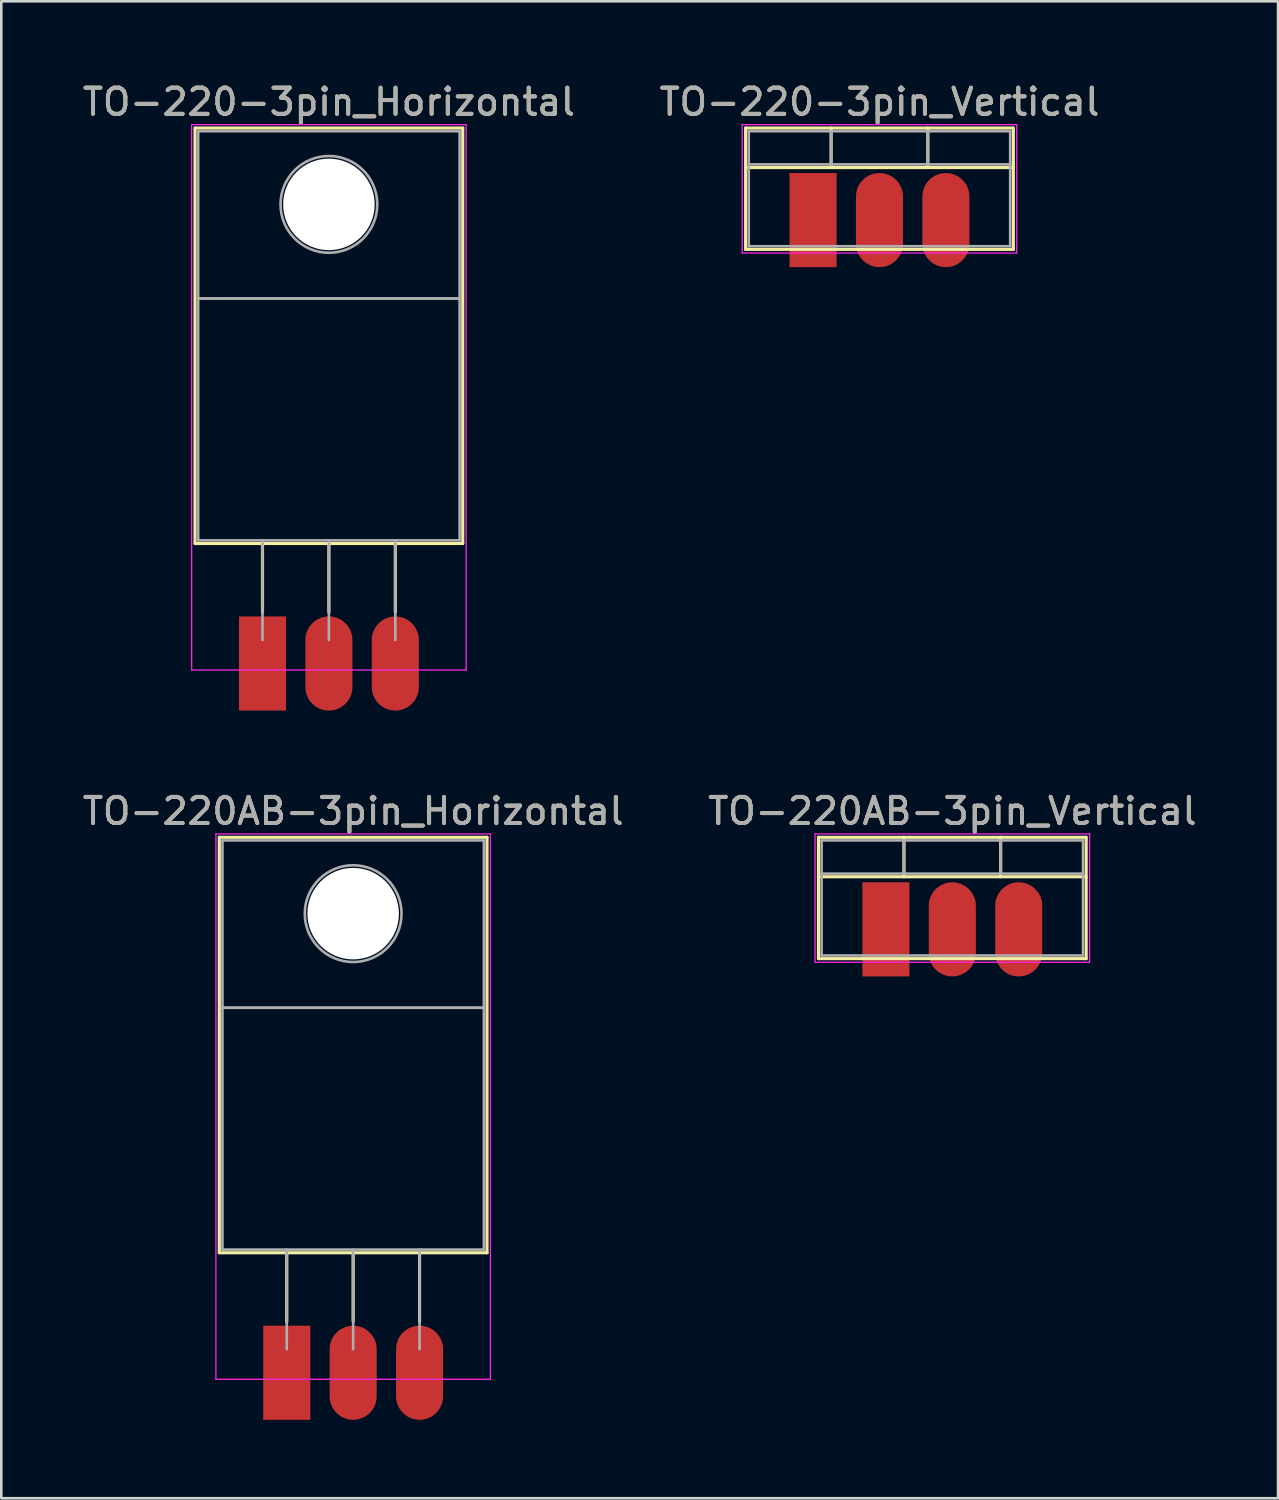
<source format=kicad_pcb>
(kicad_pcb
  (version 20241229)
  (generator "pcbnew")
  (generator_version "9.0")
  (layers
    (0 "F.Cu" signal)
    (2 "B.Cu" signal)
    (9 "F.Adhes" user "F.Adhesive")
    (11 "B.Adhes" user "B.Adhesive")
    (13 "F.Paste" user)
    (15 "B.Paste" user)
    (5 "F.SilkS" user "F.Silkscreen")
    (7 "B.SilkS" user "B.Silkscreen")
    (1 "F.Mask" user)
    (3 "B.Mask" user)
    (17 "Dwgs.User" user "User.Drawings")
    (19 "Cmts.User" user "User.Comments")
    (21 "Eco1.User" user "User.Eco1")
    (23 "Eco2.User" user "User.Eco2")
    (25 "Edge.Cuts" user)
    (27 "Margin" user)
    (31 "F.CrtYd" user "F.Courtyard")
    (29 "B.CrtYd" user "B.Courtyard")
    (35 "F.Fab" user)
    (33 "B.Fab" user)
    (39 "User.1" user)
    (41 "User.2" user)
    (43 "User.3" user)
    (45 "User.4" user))
  (footprint "TO-220-3pin_Vertical"
    (layer "F.Cu")
    (at 28.049 4.468)
    (property "Reference" "TO-220-3pin_Vertical" (at 2.54 -3.62 0) (layer "F.SilkS") (effects (font (size 1 1) (thickness 0.15))))
    (attr through_hole)
    (fp_line (start -2.58 -2.62) (end -2.58 2.021) (stroke (width 0.12) (type solid)) (layer "F.SilkS"))
    (fp_line (start -2.58 -2.62) (end 7.66 -2.62) (stroke (width 0.12) (type solid)) (layer "F.SilkS"))
    (fp_line (start -2.58 -1.11) (end 7.66 -1.11) (stroke (width 0.12) (type solid)) (layer "F.SilkS"))
    (fp_line (start -2.58 2.021) (end 7.66 2.021) (stroke (width 0.12) (type solid)) (layer "F.SilkS"))
    (fp_line (start 0.69 -2.62) (end 0.69 -1.11) (stroke (width 0.12) (type solid)) (layer "F.SilkS"))
    (fp_line (start 4.391 -2.62) (end 4.391 -1.11) (stroke (width 0.12) (type solid)) (layer "F.SilkS"))
    (fp_line (start 7.66 -2.62) (end 7.66 2.021) (stroke (width 0.12) (type solid)) (layer "F.SilkS"))
    (fp_line (start -2.71 -2.75) (end -2.71 2.16) (stroke (width 0.05) (type solid)) (layer "F.CrtYd"))
    (fp_line (start -2.71 2.16) (end 7.79 2.16) (stroke (width 0.05) (type solid)) (layer "F.CrtYd"))
    (fp_line (start 7.79 -2.75) (end -2.71 -2.75) (stroke (width 0.05) (type solid)) (layer "F.CrtYd"))
    (fp_line (start 7.79 2.16) (end 7.79 -2.75) (stroke (width 0.05) (type solid)) (layer "F.CrtYd"))
    (fp_line (start -2.46 -2.5) (end -2.46 1.9) (stroke (width 0.1) (type solid)) (layer "F.Fab"))
    (fp_line (start -2.46 -1.23) (end 7.54 -1.23) (stroke (width 0.1) (type solid)) (layer "F.Fab"))
    (fp_line (start -2.46 1.9) (end 7.54 1.9) (stroke (width 0.1) (type solid)) (layer "F.Fab"))
    (fp_line (start 0.69 -2.5) (end 0.69 -1.23) (stroke (width 0.1) (type solid)) (layer "F.Fab"))
    (fp_line (start 4.39 -2.5) (end 4.39 -1.23) (stroke (width 0.1) (type solid)) (layer "F.Fab"))
    (fp_line (start 7.54 -2.5) (end -2.46 -2.5) (stroke (width 0.1) (type solid)) (layer "F.Fab"))
    (fp_line (start 7.54 1.9) (end 7.54 -2.5) (stroke (width 0.1) (type solid)) (layer "F.Fab"))
    (fp_text user "${REFERENCE}" (at 2.54 -3.62 0) (layer "F.Fab") (effects (font (size 1 1) (thickness 0.15))))
    (pad "1" smd rect (at 0 0) (size 1.8 3.6) (drill (offset 0 0.9)) (layers "F.Cu" "F.Mask" "F.Paste"))
    (pad "2" smd oval (at 2.54 0) (size 1.8 3.6) (drill (offset 0 0.9)) (layers "F.Cu" "F.Mask" "F.Paste"))
    (pad "3" smd oval (at 5.08 0) (size 1.8 3.6) (drill (offset 0 0.9)) (layers "F.Cu" "F.Mask" "F.Paste")))
  (footprint "TO-220AB-3pin_Vertical"
    (layer "F.Cu")
    (at 30.835 31.596)
    (property "Reference" "TO-220AB-3pin_Vertical" (at 2.54 -3.62 0) (layer "F.SilkS") (effects (font (size 1 1) (thickness 0.15))))
    (attr through_hole)
    (fp_line (start -2.58 -2.62) (end -2.58 2.021) (stroke (width 0.12) (type solid)) (layer "F.SilkS"))
    (fp_line (start -2.58 -2.62) (end 7.66 -2.62) (stroke (width 0.12) (type solid)) (layer "F.SilkS"))
    (fp_line (start -2.58 -1.11) (end 7.66 -1.11) (stroke (width 0.12) (type solid)) (layer "F.SilkS"))
    (fp_line (start -2.58 2.021) (end 7.66 2.021) (stroke (width 0.12) (type solid)) (layer "F.SilkS"))
    (fp_line (start 0.69 -2.62) (end 0.69 -1.11) (stroke (width 0.12) (type solid)) (layer "F.SilkS"))
    (fp_line (start 4.391 -2.62) (end 4.391 -1.11) (stroke (width 0.12) (type solid)) (layer "F.SilkS"))
    (fp_line (start 7.66 -2.62) (end 7.66 2.021) (stroke (width 0.12) (type solid)) (layer "F.SilkS"))
    (fp_line (start -2.71 -2.75) (end -2.71 2.16) (stroke (width 0.05) (type solid)) (layer "F.CrtYd"))
    (fp_line (start -2.71 2.16) (end 7.79 2.16) (stroke (width 0.05) (type solid)) (layer "F.CrtYd"))
    (fp_line (start 7.79 -2.75) (end -2.71 -2.75) (stroke (width 0.05) (type solid)) (layer "F.CrtYd"))
    (fp_line (start 7.79 2.16) (end 7.79 -2.75) (stroke (width 0.05) (type solid)) (layer "F.CrtYd"))
    (fp_line (start -2.46 -2.5) (end -2.46 1.9) (stroke (width 0.1) (type solid)) (layer "F.Fab"))
    (fp_line (start -2.46 -1.23) (end 7.54 -1.23) (stroke (width 0.1) (type solid)) (layer "F.Fab"))
    (fp_line (start -2.46 1.9) (end 7.54 1.9) (stroke (width 0.1) (type solid)) (layer "F.Fab"))
    (fp_line (start 0.69 -2.5) (end 0.69 -1.23) (stroke (width 0.1) (type solid)) (layer "F.Fab"))
    (fp_line (start 4.39 -2.5) (end 4.39 -1.23) (stroke (width 0.1) (type solid)) (layer "F.Fab"))
    (fp_line (start 7.54 -2.5) (end -2.46 -2.5) (stroke (width 0.1) (type solid)) (layer "F.Fab"))
    (fp_line (start 7.54 1.9) (end 7.54 -2.5) (stroke (width 0.1) (type solid)) (layer "F.Fab"))
    (fp_text user "${REFERENCE}" (at 2.54 -3.62 0) (layer "F.Fab") (effects (font (size 1 1) (thickness 0.15))))
    (pad "1" smd rect (at 0 0) (size 1.8 3.6) (drill (offset 0 0.9)) (layers "F.Cu" "F.Mask" "F.Paste"))
    (pad "2" smd oval (at 2.54 0) (size 1.8 3.6) (drill (offset 0 0.9)) (layers "F.Cu" "F.Mask" "F.Paste"))
    (pad "3" smd oval (at 5.08 0) (size 1.8 3.6) (drill (offset 0 0.9)) (layers "F.Cu" "F.Mask" "F.Paste")))
  (footprint "TO-220AB-3pin_Horizontal"
    (layer "F.Cu")
    (at 7.918 48.556)
    (property "Reference" "TO-220AB-3pin_Horizontal" (at 2.54 -20.58 0) (layer "F.SilkS") (effects (font (size 1 1) (thickness 0.15))))
    (attr through_hole)
    (fp_line (start -2.58 -19.58) (end -2.58 -3.69) (stroke (width 0.12) (type solid)) (layer "F.SilkS"))
    (fp_line (start -2.58 -19.58) (end 7.66 -19.58) (stroke (width 0.12) (type solid)) (layer "F.SilkS"))
    (fp_line (start -2.58 -3.69) (end 7.66 -3.69) (stroke (width 0.12) (type solid)) (layer "F.SilkS"))
    (fp_line (start 0 -3.69) (end 0 -1.05) (stroke (width 0.12) (type solid)) (layer "F.SilkS"))
    (fp_line (start 2.54 -3.69) (end 2.54 -1.066) (stroke (width 0.12) (type solid)) (layer "F.SilkS"))
    (fp_line (start 5.08 -3.69) (end 5.08 -1.066) (stroke (width 0.12) (type solid)) (layer "F.SilkS"))
    (fp_line (start 7.66 -19.58) (end 7.66 -3.69) (stroke (width 0.12) (type solid)) (layer "F.SilkS"))
    (fp_line (start -2.71 -19.71) (end -2.71 1.15) (stroke (width 0.05) (type solid)) (layer "F.CrtYd"))
    (fp_line (start -2.71 1.15) (end 7.79 1.15) (stroke (width 0.05) (type solid)) (layer "F.CrtYd"))
    (fp_line (start 7.79 -19.71) (end -2.71 -19.71) (stroke (width 0.05) (type solid)) (layer "F.CrtYd"))
    (fp_line (start 7.79 1.15) (end 7.79 -19.71) (stroke (width 0.05) (type solid)) (layer "F.CrtYd"))
    (fp_line (start -2.46 -19.46) (end 7.54 -19.46) (stroke (width 0.1) (type solid)) (layer "F.Fab"))
    (fp_line (start -2.46 -13.06) (end -2.46 -19.46) (stroke (width 0.1) (type solid)) (layer "F.Fab"))
    (fp_line (start -2.46 -13.06) (end 7.54 -13.06) (stroke (width 0.1) (type solid)) (layer "F.Fab"))
    (fp_line (start -2.46 -3.81) (end -2.46 -13.06) (stroke (width 0.1) (type solid)) (layer "F.Fab"))
    (fp_line (start 0 -3.81) (end 0 0) (stroke (width 0.1) (type solid)) (layer "F.Fab"))
    (fp_line (start 2.54 -3.81) (end 2.54 0) (stroke (width 0.1) (type solid)) (layer "F.Fab"))
    (fp_line (start 5.08 -3.81) (end 5.08 0) (stroke (width 0.1) (type solid)) (layer "F.Fab"))
    (fp_line (start 7.54 -19.46) (end 7.54 -13.06) (stroke (width 0.1) (type solid)) (layer "F.Fab"))
    (fp_line (start 7.54 -13.06) (end -2.46 -13.06) (stroke (width 0.1) (type solid)) (layer "F.Fab"))
    (fp_line (start 7.54 -13.06) (end 7.54 -3.81) (stroke (width 0.1) (type solid)) (layer "F.Fab"))
    (fp_line (start 7.54 -3.81) (end -2.46 -3.81) (stroke (width 0.1) (type solid)) (layer "F.Fab"))
    (fp_circle (center 2.54 -16.66) (end 4.39 -16.66) (stroke (width 0.1) (type solid)) (fill no) (layer "F.Fab"))
    (fp_text user "${REFERENCE}" (at 2.54 -20.58 0) (layer "F.Fab") (effects (font (size 1 1) (thickness 0.15))))
    (pad "" np_thru_hole oval (at 2.54 -16.66) (size 3.5 3.5) (drill 3.5) (layers "*.Cu" "*.Mask"))
    (pad "1" smd rect (at 0 0) (size 1.8 3.6) (drill (offset 0 0.9)) (layers "F.Cu" "F.Mask" "F.Paste"))
    (pad "2" smd oval (at 2.54 0) (size 1.8 3.6) (drill (offset 0 0.9)) (layers "F.Cu" "F.Mask" "F.Paste"))
    (pad "3" smd oval (at 5.08 0) (size 1.8 3.6) (drill (offset 0 0.9)) (layers "F.Cu" "F.Mask" "F.Paste")))
  (footprint "TO-220-3pin_Horizontal"
    (layer "F.Cu")
    (at 6.99 21.428)
    (property "Reference" "TO-220-3pin_Horizontal" (at 2.54 -20.58 0) (layer "F.SilkS") (effects (font (size 1 1) (thickness 0.15))))
    (attr through_hole)
    (fp_line (start -2.58 -19.58) (end -2.58 -3.69) (stroke (width 0.12) (type solid)) (layer "F.SilkS"))
    (fp_line (start -2.58 -19.58) (end 7.66 -19.58) (stroke (width 0.12) (type solid)) (layer "F.SilkS"))
    (fp_line (start -2.58 -3.69) (end 7.66 -3.69) (stroke (width 0.12) (type solid)) (layer "F.SilkS"))
    (fp_line (start 0 -3.69) (end 0 -1.05) (stroke (width 0.12) (type solid)) (layer "F.SilkS"))
    (fp_line (start 2.54 -3.69) (end 2.54 -1.066) (stroke (width 0.12) (type solid)) (layer "F.SilkS"))
    (fp_line (start 5.08 -3.69) (end 5.08 -1.066) (stroke (width 0.12) (type solid)) (layer "F.SilkS"))
    (fp_line (start 7.66 -19.58) (end 7.66 -3.69) (stroke (width 0.12) (type solid)) (layer "F.SilkS"))
    (fp_line (start -2.71 -19.71) (end -2.71 1.15) (stroke (width 0.05) (type solid)) (layer "F.CrtYd"))
    (fp_line (start -2.71 1.15) (end 7.79 1.15) (stroke (width 0.05) (type solid)) (layer "F.CrtYd"))
    (fp_line (start 7.79 -19.71) (end -2.71 -19.71) (stroke (width 0.05) (type solid)) (layer "F.CrtYd"))
    (fp_line (start 7.79 1.15) (end 7.79 -19.71) (stroke (width 0.05) (type solid)) (layer "F.CrtYd"))
    (fp_line (start -2.46 -19.46) (end 7.54 -19.46) (stroke (width 0.1) (type solid)) (layer "F.Fab"))
    (fp_line (start -2.46 -13.06) (end -2.46 -19.46) (stroke (width 0.1) (type solid)) (layer "F.Fab"))
    (fp_line (start -2.46 -13.06) (end 7.54 -13.06) (stroke (width 0.1) (type solid)) (layer "F.Fab"))
    (fp_line (start -2.46 -3.81) (end -2.46 -13.06) (stroke (width 0.1) (type solid)) (layer "F.Fab"))
    (fp_line (start 0 -3.81) (end 0 0) (stroke (width 0.1) (type solid)) (layer "F.Fab"))
    (fp_line (start 2.54 -3.81) (end 2.54 0) (stroke (width 0.1) (type solid)) (layer "F.Fab"))
    (fp_line (start 5.08 -3.81) (end 5.08 0) (stroke (width 0.1) (type solid)) (layer "F.Fab"))
    (fp_line (start 7.54 -19.46) (end 7.54 -13.06) (stroke (width 0.1) (type solid)) (layer "F.Fab"))
    (fp_line (start 7.54 -13.06) (end -2.46 -13.06) (stroke (width 0.1) (type solid)) (layer "F.Fab"))
    (fp_line (start 7.54 -13.06) (end 7.54 -3.81) (stroke (width 0.1) (type solid)) (layer "F.Fab"))
    (fp_line (start 7.54 -3.81) (end -2.46 -3.81) (stroke (width 0.1) (type solid)) (layer "F.Fab"))
    (fp_circle (center 2.54 -16.66) (end 4.39 -16.66) (stroke (width 0.1) (type solid)) (fill no) (layer "F.Fab"))
    (fp_text user "${REFERENCE}" (at 2.54 -20.58 0) (layer "F.Fab") (effects (font (size 1 1) (thickness 0.15))))
    (pad "" np_thru_hole oval (at 2.54 -16.66) (size 3.5 3.5) (drill 3.5) (layers "*.Cu" "*.Mask"))
    (pad "1" smd rect (at 0 0) (size 1.8 3.6) (drill (offset 0 0.9)) (layers "F.Cu" "F.Mask" "F.Paste"))
    (pad "2" smd oval (at 2.54 0) (size 1.8 3.6) (drill (offset 0 0.9)) (layers "F.Cu" "F.Mask" "F.Paste"))
    (pad "3" smd oval (at 5.08 0) (size 1.8 3.6) (drill (offset 0 0.9)) (layers "F.Cu" "F.Mask" "F.Paste")))
  (gr_rect
    (start -3 -3)
    (end 45.833 54.257)
    (stroke (width 0.1) (type default))
    (fill no)
    (layer "Edge.Cuts")))
</source>
